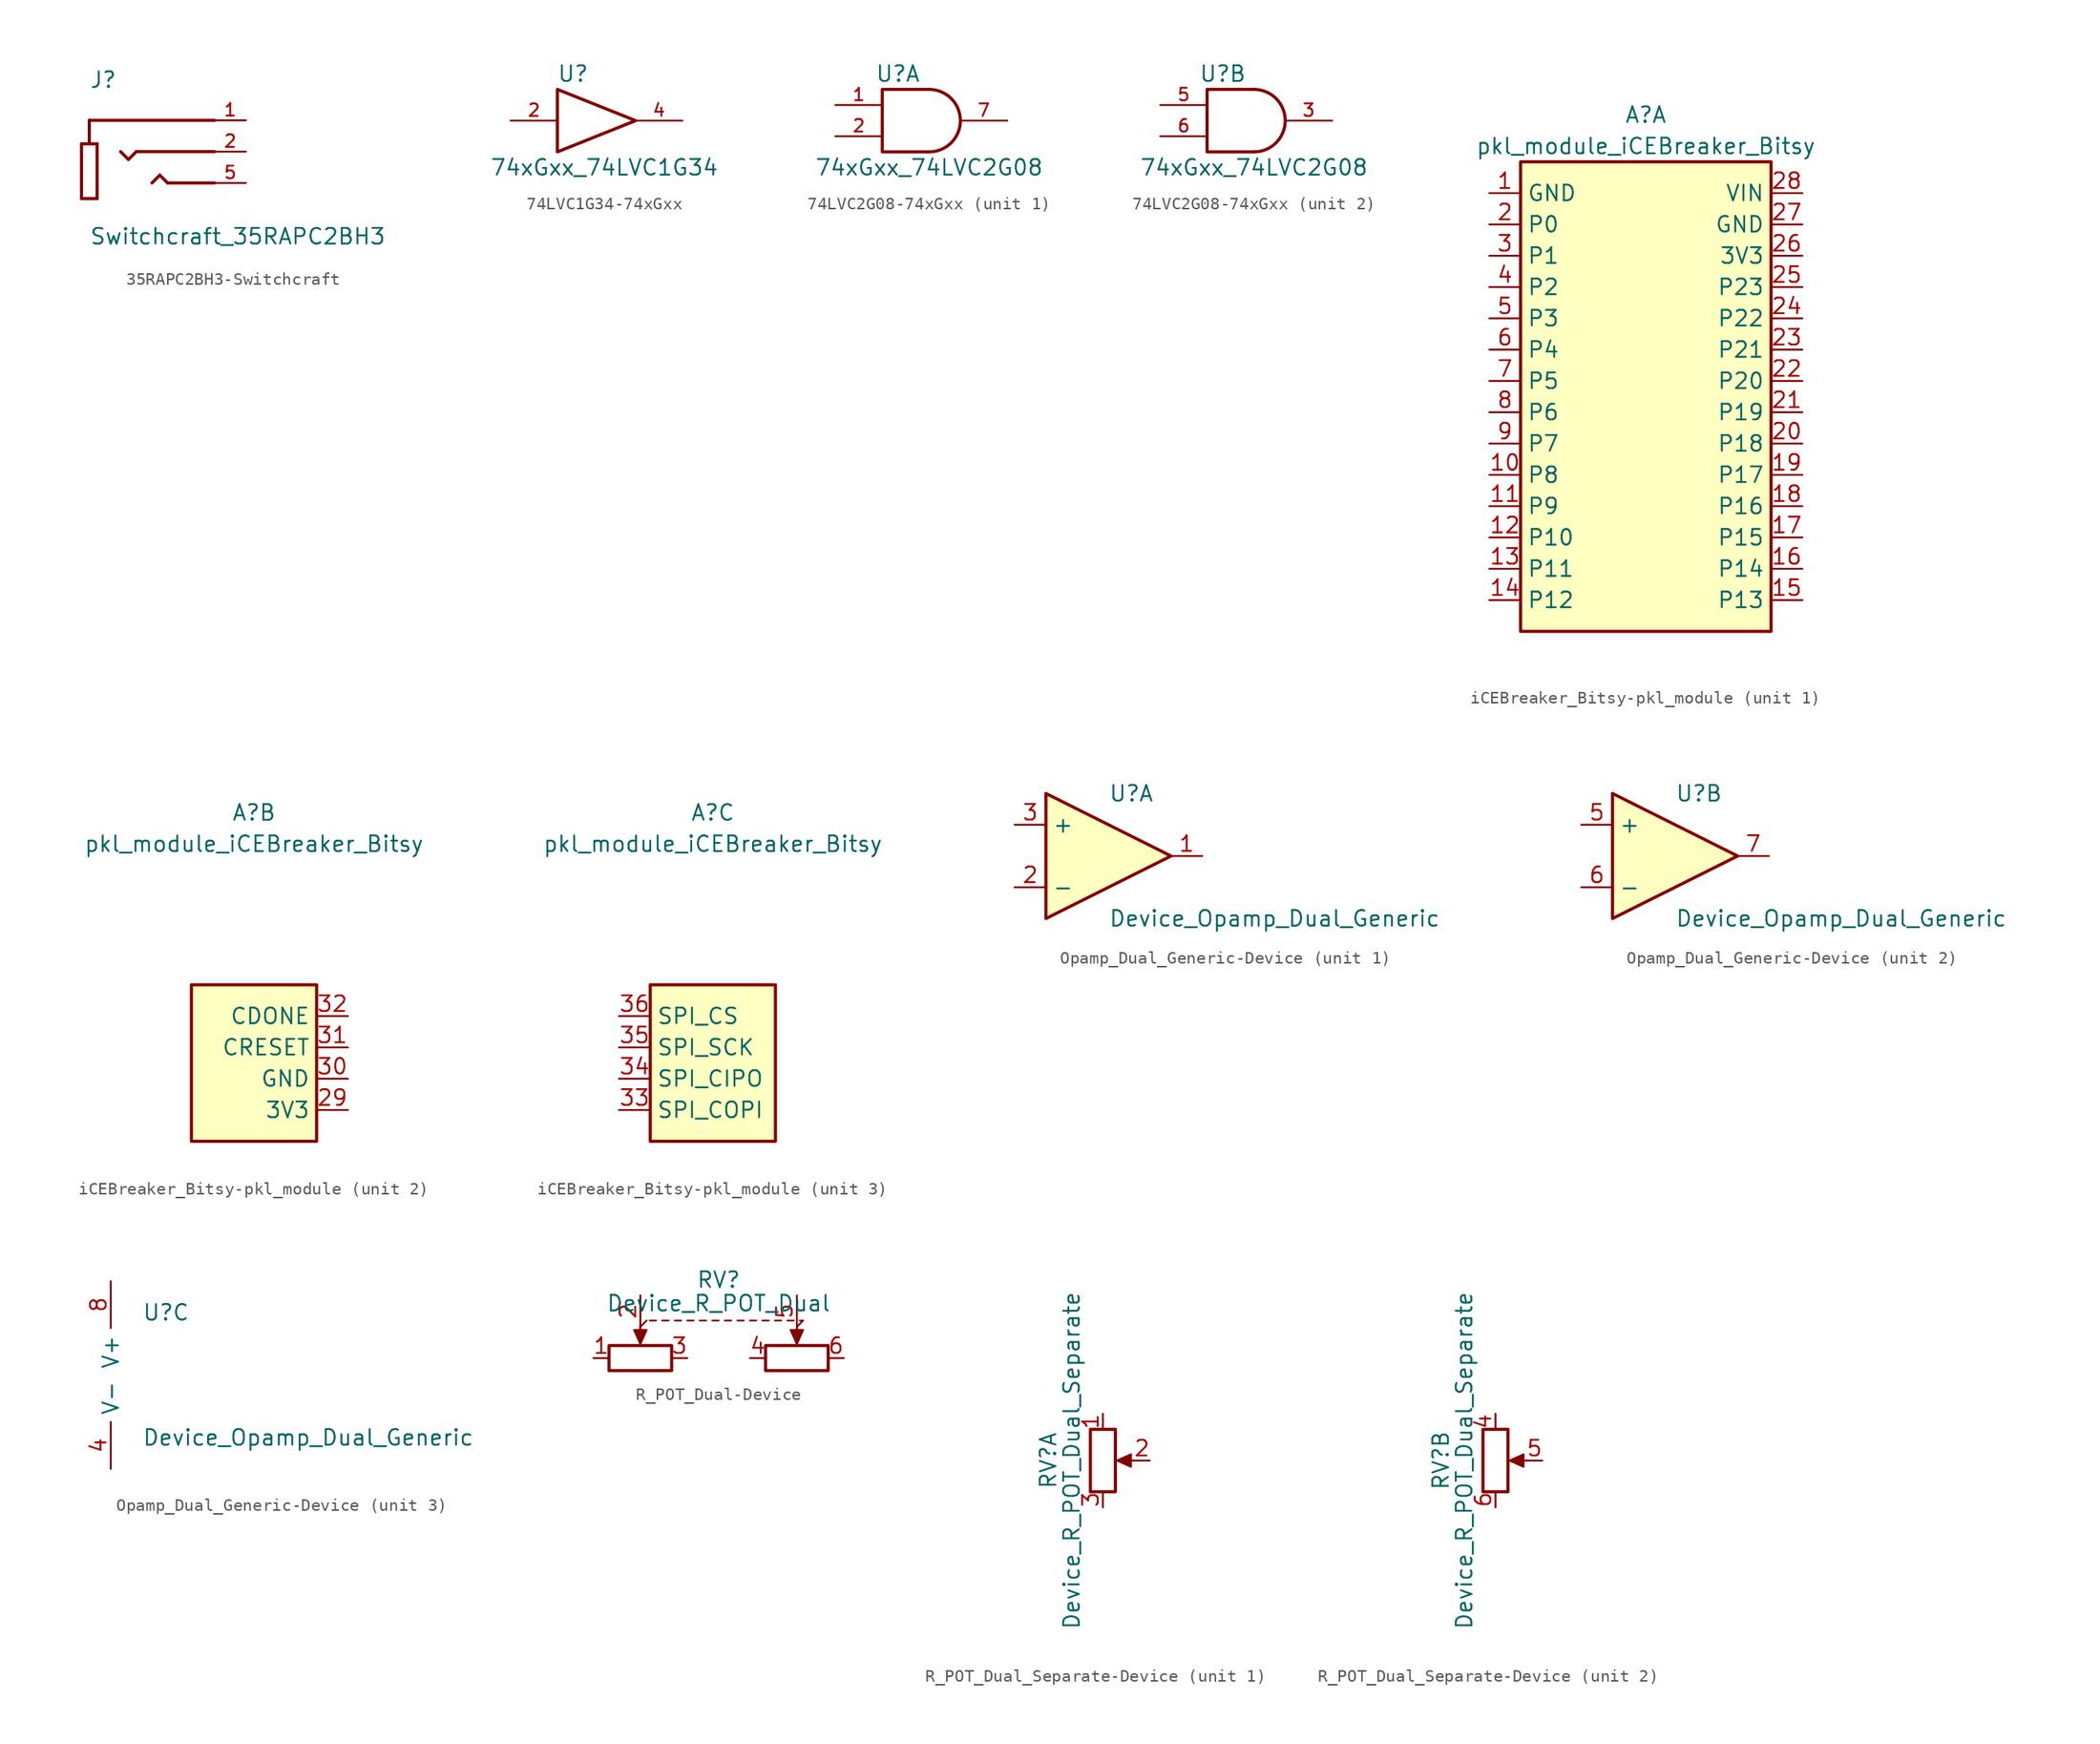
<source format=kicad_sym>
(kicad_symbol_lib
  (version 20220914)
  (generator kicad_symbol_editor)
  (symbol "35RAPC2BH3-Switchcraft"
    (pin_names
      (offset 1.016) hide)
    (property "Reference" "J"
      (at -5.08 2.54 0)
      (effects (font (size 1.27 1.27)) (justify left bottom)))
    (property "Value" "Switchcraft_35RAPC2BH3"
      (at -5.08 -10.16 0)
      (effects (font (size 1.27 1.27)) (justify left bottom)))
    (property "ki_locked" ""
      (at 0 0 0)
      (effects (font (size 1.27 1.27))))
    (symbol "35RAPC2BH3-Switchcraft_0_0"
      (polyline (pts (xy -5.715 -6.35) (xy -5.715 -1.905)) (stroke (width 0.254) (type solid)) (fill (type none)))
      (polyline (pts (xy -5.715 -1.905) (xy -5.08 -1.905)) (stroke (width 0.254) (type solid)) (fill (type none)))
      (polyline (pts (xy -5.08 -1.905) (xy -4.445 -1.905)) (stroke (width 0.254) (type solid)) (fill (type none)))
      (polyline (pts (xy -5.08 0) (xy -5.08 -1.905)) (stroke (width 0.254) (type solid)) (fill (type none)))
      (polyline (pts (xy -4.445 -6.35) (xy -5.715 -6.35)) (stroke (width 0.254) (type solid)) (fill (type none)))
      (polyline (pts (xy -4.445 -1.905) (xy -4.445 -6.35)) (stroke (width 0.254) (type solid)) (fill (type none)))
      (polyline (pts (xy -1.905 -3.175) (xy -2.54 -2.54)) (stroke (width 0.254) (type solid)) (fill (type none)))
      (polyline (pts (xy -1.27 -2.54) (xy -1.905 -3.175)) (stroke (width 0.254) (type solid)) (fill (type none)))
      (polyline (pts (xy 0.635 -4.445) (xy 0 -5.08)) (stroke (width 0.254) (type solid)) (fill (type none)))
      (polyline (pts (xy 1.27 -5.08) (xy 0.635 -4.445)) (stroke (width 0.254) (type solid)) (fill (type none)))
      (polyline (pts (xy 5.08 -5.08) (xy 1.27 -5.08)) (stroke (width 0.254) (type solid)) (fill (type none)))
      (polyline (pts (xy 5.08 -2.54) (xy -1.27 -2.54)) (stroke (width 0.254) (type solid)) (fill (type none)))
      (polyline (pts (xy 5.08 0) (xy -5.08 0)) (stroke (width 0.254) (type solid)) (fill (type none)))
      (pin passive line (at 7.62 0 180) (length 2.54) (name "~" (effects (font (size 1.016 1.016)))) (number "1" (effects (font (size 1.016 1.016)))))
      (pin passive line (at 7.62 -2.54 180) (length 2.54) (name "~" (effects (font (size 1.016 1.016)))) (number "2" (effects (font (size 1.016 1.016)))))
      (pin passive line (at 7.62 -5.08 180) (length 2.54) (name "~" (effects (font (size 1.016 1.016)))) (number "5" (effects (font (size 1.016 1.016)))))))
  (symbol "74LVC1G34-74xGxx"
    (pin_names
      (offset 1.016))
    (property "Reference" "U"
      (at -2.54 3.81 0)
      (effects (font (size 1.27 1.27))))
    (property "Value" "74xGxx_74LVC1G34"
      (at 0 -3.81 0)
      (effects (font (size 1.27 1.27))))
    (symbol "74LVC1G34-74xGxx_0_1"
      (polyline (pts (xy -3.81 2.54) (xy -3.81 -2.54) (xy 2.54 0) (xy -3.81 2.54)) (stroke (width 0.254) (type solid)) (fill (type none))))
    (symbol "74LVC1G34-74xGxx_1_1"
      (pin input line (at -7.62 0 0) (length 3.81) (name "~" (effects (font (size 1.016 1.016)))) (number "2" (effects (font (size 1.016 1.016)))))
      (pin power_in line (at 0 -2.54 270) (length 0) hide (name "GND" (effects (font (size 1.016 1.016)))) (number "3" (effects (font (size 1.016 1.016)))))
      (pin output line (at 6.35 0 180) (length 3.81) (name "~" (effects (font (size 1.016 1.016)))) (number "4" (effects (font (size 1.016 1.016)))))
      (pin power_in line (at 0 2.54 90) (length 0) hide (name "VCC" (effects (font (size 1.016 1.016)))) (number "5" (effects (font (size 1.016 1.016)))))))
  (symbol "74LVC2G08-74xGxx"
    (pin_names
      (offset 1.016))
    (property "Reference" "U"
      (at -2.54 3.81 0)
      (effects (font (size 1.27 1.27))))
    (property "Value" "74xGxx_74LVC2G08"
      (at 0 -3.81 0)
      (effects (font (size 1.27 1.27))))
    (symbol "74LVC2G08-74xGxx_0_1"
      (arc (start 0 -2.54) (mid 2.529 0) (end 0 2.54) (stroke (width 0.254) (type solid)) (fill (type none)))
      (polyline (pts (xy 0 -2.54) (xy -3.81 -2.54) (xy -3.81 2.54) (xy 0 2.54)) (stroke (width 0.254) (type solid)) (fill (type none)))
      (pin power_in line (at 0 -2.54 270) (length 0) hide (name "GND" (effects (font (size 1.016 1.016)))) (number "4" (effects (font (size 1.016 1.016)))))
      (pin power_in line (at 0 2.54 90) (length 0) hide (name "VCC" (effects (font (size 1.016 1.016)))) (number "8" (effects (font (size 1.016 1.016))))))
    (symbol "74LVC2G08-74xGxx_1_1"
      (pin input line (at -7.62 1.27 0) (length 3.81) (name "~" (effects (font (size 1.016 1.016)))) (number "1" (effects (font (size 1.016 1.016)))))
      (pin input line (at -7.62 -1.27 0) (length 3.81) (name "~" (effects (font (size 1.016 1.016)))) (number "2" (effects (font (size 1.016 1.016)))))
      (pin output line (at 6.35 0 180) (length 3.81) (name "~" (effects (font (size 1.016 1.016)))) (number "7" (effects (font (size 1.016 1.016))))))
    (symbol "74LVC2G08-74xGxx_2_1"
      (pin output line (at 6.35 0 180) (length 3.81) (name "~" (effects (font (size 1.016 1.016)))) (number "3" (effects (font (size 1.016 1.016)))))
      (pin input line (at -7.62 1.27 0) (length 3.81) (name "~" (effects (font (size 1.016 1.016)))) (number "5" (effects (font (size 1.016 1.016)))))
      (pin input line (at -7.62 -1.27 0) (length 3.81) (name "~" (effects (font (size 1.016 1.016)))) (number "6" (effects (font (size 1.016 1.016)))))))
  (symbol "iCEBreaker_Bitsy-pkl_module"
    (property "Reference" "A"
      (at 0 21.59 0)
      (effects (font (size 1.27 1.27))))
    (property "Value" "pkl_module_iCEBreaker_Bitsy"
      (at 0 19.05 0)
      (effects (font (size 1.27 1.27))))
    (property "ki_locked" ""
      (at 0 0 0)
      (effects (font (size 1.27 1.27))))
    (symbol "iCEBreaker_Bitsy-pkl_module_1_1"
      (rectangle (start -10.16 17.78) (end 10.16 -20.32) (stroke (width 0.254) (type solid)) (fill (type background)))
      (pin power_out line (at -12.7 15.24 0) (length 2.54) (name "GND" (effects (font (size 1.27 1.27)))) (number "1" (effects (font (size 1.27 1.27)))))
      (pin bidirectional line (at -12.7 -7.62 0) (length 2.54) (name "P8" (effects (font (size 1.27 1.27)))) (number "10" (effects (font (size 1.27 1.27)))))
      (pin bidirectional line (at -12.7 -10.16 0) (length 2.54) (name "P9" (effects (font (size 1.27 1.27)))) (number "11" (effects (font (size 1.27 1.27)))))
      (pin bidirectional line (at -12.7 -12.7 0) (length 2.54) (name "P10" (effects (font (size 1.27 1.27)))) (number "12" (effects (font (size 1.27 1.27)))))
      (pin bidirectional line (at -12.7 -15.24 0) (length 2.54) (name "P11" (effects (font (size 1.27 1.27)))) (number "13" (effects (font (size 1.27 1.27)))))
      (pin bidirectional line (at -12.7 -17.78 0) (length 2.54) (name "P12" (effects (font (size 1.27 1.27)))) (number "14" (effects (font (size 1.27 1.27)))))
      (pin bidirectional line (at 12.7 -17.78 180) (length 2.54) (name "P13" (effects (font (size 1.27 1.27)))) (number "15" (effects (font (size 1.27 1.27)))))
      (pin bidirectional line (at 12.7 -15.24 180) (length 2.54) (name "P14" (effects (font (size 1.27 1.27)))) (number "16" (effects (font (size 1.27 1.27)))))
      (pin bidirectional line (at 12.7 -12.7 180) (length 2.54) (name "P15" (effects (font (size 1.27 1.27)))) (number "17" (effects (font (size 1.27 1.27)))))
      (pin bidirectional line (at 12.7 -10.16 180) (length 2.54) (name "P16" (effects (font (size 1.27 1.27)))) (number "18" (effects (font (size 1.27 1.27)))))
      (pin bidirectional line (at 12.7 -7.62 180) (length 2.54) (name "P17" (effects (font (size 1.27 1.27)))) (number "19" (effects (font (size 1.27 1.27)))))
      (pin bidirectional line (at -12.7 12.7 0) (length 2.54) (name "P0" (effects (font (size 1.27 1.27)))) (number "2" (effects (font (size 1.27 1.27)))))
      (pin bidirectional line (at 12.7 -5.08 180) (length 2.54) (name "P18" (effects (font (size 1.27 1.27)))) (number "20" (effects (font (size 1.27 1.27)))))
      (pin bidirectional line (at 12.7 -2.54 180) (length 2.54) (name "P19" (effects (font (size 1.27 1.27)))) (number "21" (effects (font (size 1.27 1.27)))))
      (pin bidirectional line (at 12.7 0 180) (length 2.54) (name "P20" (effects (font (size 1.27 1.27)))) (number "22" (effects (font (size 1.27 1.27)))))
      (pin bidirectional line (at 12.7 2.54 180) (length 2.54) (name "P21" (effects (font (size 1.27 1.27)))) (number "23" (effects (font (size 1.27 1.27)))))
      (pin bidirectional line (at 12.7 5.08 180) (length 2.54) (name "P22" (effects (font (size 1.27 1.27)))) (number "24" (effects (font (size 1.27 1.27)))))
      (pin bidirectional line (at 12.7 7.62 180) (length 2.54) (name "P23" (effects (font (size 1.27 1.27)))) (number "25" (effects (font (size 1.27 1.27)))))
      (pin power_out line (at 12.7 10.16 180) (length 2.54) (name "3V3" (effects (font (size 1.27 1.27)))) (number "26" (effects (font (size 1.27 1.27)))))
      (pin power_out line (at 12.7 12.7 180) (length 2.54) (name "GND" (effects (font (size 1.27 1.27)))) (number "27" (effects (font (size 1.27 1.27)))))
      (pin power_in line (at 12.7 15.24 180) (length 2.54) (name "VIN" (effects (font (size 1.27 1.27)))) (number "28" (effects (font (size 1.27 1.27)))))
      (pin bidirectional line (at -12.7 10.16 0) (length 2.54) (name "P1" (effects (font (size 1.27 1.27)))) (number "3" (effects (font (size 1.27 1.27)))))
      (pin bidirectional line (at -12.7 7.62 0) (length 2.54) (name "P2" (effects (font (size 1.27 1.27)))) (number "4" (effects (font (size 1.27 1.27)))))
      (pin bidirectional line (at -12.7 5.08 0) (length 2.54) (name "P3" (effects (font (size 1.27 1.27)))) (number "5" (effects (font (size 1.27 1.27)))))
      (pin bidirectional line (at -12.7 2.54 0) (length 2.54) (name "P4" (effects (font (size 1.27 1.27)))) (number "6" (effects (font (size 1.27 1.27)))))
      (pin bidirectional line (at -12.7 0 0) (length 2.54) (name "P5" (effects (font (size 1.27 1.27)))) (number "7" (effects (font (size 1.27 1.27)))))
      (pin bidirectional line (at -12.7 -2.54 0) (length 2.54) (name "P6" (effects (font (size 1.27 1.27)))) (number "8" (effects (font (size 1.27 1.27)))))
      (pin bidirectional line (at -12.7 -5.08 0) (length 2.54) (name "P7" (effects (font (size 1.27 1.27)))) (number "9" (effects (font (size 1.27 1.27))))))
    (symbol "iCEBreaker_Bitsy-pkl_module_2_1"
      (rectangle (start -5.08 7.62) (end 5.08 -5.08) (stroke (width 0.254) (type solid)) (fill (type background)))
      (pin power_out line (at 7.62 -2.54 180) (length 2.54) (name "3V3" (effects (font (size 1.27 1.27)))) (number "29" (effects (font (size 1.27 1.27)))))
      (pin power_out line (at 7.62 0 180) (length 2.54) (name "GND" (effects (font (size 1.27 1.27)))) (number "30" (effects (font (size 1.27 1.27)))))
      (pin input line (at 7.62 2.54 180) (length 2.54) (name "CRESET" (effects (font (size 1.27 1.27)))) (number "31" (effects (font (size 1.27 1.27)))))
      (pin output line (at 7.62 5.08 180) (length 2.54) (name "CDONE" (effects (font (size 1.27 1.27)))) (number "32" (effects (font (size 1.27 1.27))))))
    (symbol "iCEBreaker_Bitsy-pkl_module_3_1"
      (rectangle (start -5.08 7.62) (end 5.08 -5.08) (stroke (width 0.254) (type solid)) (fill (type background)))
      (pin bidirectional line (at -7.62 -2.54 0) (length 2.54) (name "SPI_COPI" (effects (font (size 1.27 1.27)))) (number "33" (effects (font (size 1.27 1.27)))))
      (pin bidirectional line (at -7.62 0 0) (length 2.54) (name "SPI_CIPO" (effects (font (size 1.27 1.27)))) (number "34" (effects (font (size 1.27 1.27)))))
      (pin bidirectional line (at -7.62 2.54 0) (length 2.54) (name "SPI_SCK" (effects (font (size 1.27 1.27)))) (number "35" (effects (font (size 1.27 1.27)))))
      (pin bidirectional line (at -7.62 5.08 0) (length 2.54) (name "SPI_CS" (effects (font (size 1.27 1.27)))) (number "36" (effects (font (size 1.27 1.27)))))))
  (symbol "Opamp_Dual_Generic-Device"
    (property "Reference" "U"
      (at 0 5.08 0)
      (effects (font (size 1.27 1.27)) (justify left)))
    (property "Value" "Device_Opamp_Dual_Generic"
      (at 0 -5.08 0)
      (effects (font (size 1.27 1.27)) (justify left)))
    (property "ki_locked" ""
      (at 0 0 0)
      (effects (font (size 1.27 1.27))))
    (symbol "Opamp_Dual_Generic-Device_1_1"
      (polyline (pts (xy -5.08 5.08) (xy 5.08 0) (xy -5.08 -5.08) (xy -5.08 5.08)) (stroke (width 0.254) (type solid)) (fill (type background)))
      (pin output line (at 7.62 0 180) (length 2.54) (name "~" (effects (font (size 1.27 1.27)))) (number "1" (effects (font (size 1.27 1.27)))))
      (pin input line (at -7.62 -2.54 0) (length 2.54) (name "-" (effects (font (size 1.27 1.27)))) (number "2" (effects (font (size 1.27 1.27)))))
      (pin input line (at -7.62 2.54 0) (length 2.54) (name "+" (effects (font (size 1.27 1.27)))) (number "3" (effects (font (size 1.27 1.27))))))
    (symbol "Opamp_Dual_Generic-Device_2_1"
      (polyline (pts (xy -5.08 5.08) (xy 5.08 0) (xy -5.08 -5.08) (xy -5.08 5.08)) (stroke (width 0.254) (type solid)) (fill (type background)))
      (pin input line (at -7.62 2.54 0) (length 2.54) (name "+" (effects (font (size 1.27 1.27)))) (number "5" (effects (font (size 1.27 1.27)))))
      (pin input line (at -7.62 -2.54 0) (length 2.54) (name "-" (effects (font (size 1.27 1.27)))) (number "6" (effects (font (size 1.27 1.27)))))
      (pin output line (at 7.62 0 180) (length 2.54) (name "~" (effects (font (size 1.27 1.27)))) (number "7" (effects (font (size 1.27 1.27))))))
    (symbol "Opamp_Dual_Generic-Device_3_1"
      (pin power_in line (at -2.54 -7.62 90) (length 3.81) (name "V-" (effects (font (size 1.27 1.27)))) (number "4" (effects (font (size 1.27 1.27)))))
      (pin power_in line (at -2.54 7.62 270) (length 3.81) (name "V+" (effects (font (size 1.27 1.27)))) (number "8" (effects (font (size 1.27 1.27)))))))
  (symbol "R_POT_Dual-Device"
    (pin_names
      (offset 1.016) hide)
    (property "Reference" "RV"
      (at 0 3.81 0)
      (effects (font (size 1.27 1.27))))
    (property "Value" "Device_R_POT_Dual"
      (at 0 1.905 0)
      (effects (font (size 1.27 1.27))))
    (symbol "R_POT_Dual-Device_0_1"
      (rectangle (start -8.89 -1.524) (end -3.81 -3.556) (stroke (width 0.254) (type solid)) (fill (type none)))
      (polyline (pts (xy -6.35 0) (xy -6.35 -1.016)) (stroke (width 0) (type solid)) (fill (type none)))
      (polyline (pts (xy -6.35 0) (xy -6.35 -1.016)) (stroke (width 0) (type solid)) (fill (type none)))
      (polyline (pts (xy -6.35 0) (xy -5.842 0.508)) (stroke (width 0) (type solid)) (fill (type none)))
      (polyline (pts (xy -5.588 0.508) (xy -5.08 0.508)) (stroke (width 0) (type solid)) (fill (type none)))
      (polyline (pts (xy -4.572 0.508) (xy -4.064 0.508)) (stroke (width 0) (type solid)) (fill (type none)))
      (polyline (pts (xy -3.556 0.508) (xy -3.048 0.508)) (stroke (width 0) (type solid)) (fill (type none)))
      (polyline (pts (xy -2.54 0.508) (xy -2.032 0.508)) (stroke (width 0) (type solid)) (fill (type none)))
      (polyline (pts (xy -1.524 0.508) (xy -1.016 0.508)) (stroke (width 0) (type solid)) (fill (type none)))
      (polyline (pts (xy -0.508 0.508) (xy 0 0.508)) (stroke (width 0) (type solid)) (fill (type none)))
      (polyline (pts (xy 0.508 0.508) (xy 1.016 0.508)) (stroke (width 0) (type solid)) (fill (type none)))
      (polyline (pts (xy 1.524 0.508) (xy 2.032 0.508)) (stroke (width 0) (type solid)) (fill (type none)))
      (polyline (pts (xy 2.54 0.508) (xy 3.048 0.508)) (stroke (width 0) (type solid)) (fill (type none)))
      (polyline (pts (xy 3.556 0.508) (xy 4.064 0.508)) (stroke (width 0) (type solid)) (fill (type none)))
      (polyline (pts (xy 4.572 0.508) (xy 5.08 0.508)) (stroke (width 0) (type solid)) (fill (type none)))
      (polyline (pts (xy 5.588 0.508) (xy 6.096 0.508)) (stroke (width 0) (type solid)) (fill (type none)))
      (polyline (pts (xy 6.35 0) (xy 6.35 -1.016)) (stroke (width 0) (type solid)) (fill (type none)))
      (polyline (pts (xy 6.35 0) (xy 6.35 -1.016)) (stroke (width 0) (type solid)) (fill (type none)))
      (polyline (pts (xy 6.604 0.508) (xy 6.858 0.508) (xy 6.35 0)) (stroke (width 0) (type solid)) (fill (type none)))
      (polyline (pts (xy -6.35 -1.397) (xy -6.858 -0.254) (xy -5.842 -0.254) (xy -6.35 -1.397)) (stroke (width 0) (type solid)) (fill (type outline)))
      (polyline (pts (xy 6.35 -1.397) (xy 5.842 -0.254) (xy 6.858 -0.254) (xy 6.35 -1.397)) (stroke (width 0) (type solid)) (fill (type outline)))
      (rectangle (start 3.81 -1.524) (end 8.89 -3.556) (stroke (width 0.254) (type solid)) (fill (type none))))
    (symbol "R_POT_Dual-Device_1_1"
      (pin passive line (at -10.16 -2.54 0) (length 1.27) (name "1" (effects (font (size 1.27 1.27)))) (number "1" (effects (font (size 1.27 1.27)))))
      (pin passive line (at -6.35 2.54 270) (length 2.54) (name "2" (effects (font (size 1.27 1.27)))) (number "2" (effects (font (size 1.27 1.27)))))
      (pin passive line (at -2.54 -2.54 180) (length 1.27) (name "3" (effects (font (size 1.27 1.27)))) (number "3" (effects (font (size 1.27 1.27)))))
      (pin passive line (at 2.54 -2.54 0) (length 1.27) (name "4" (effects (font (size 1.27 1.27)))) (number "4" (effects (font (size 1.27 1.27)))))
      (pin passive line (at 6.35 2.54 270) (length 2.54) (name "5" (effects (font (size 1.27 1.27)))) (number "5" (effects (font (size 1.27 1.27)))))
      (pin passive line (at 10.16 -2.54 180) (length 1.27) (name "6" (effects (font (size 1.27 1.27)))) (number "6" (effects (font (size 1.27 1.27)))))))
  (symbol "R_POT_Dual_Separate-Device"
    (pin_names
      (offset 1.016) hide)
    (property "Reference" "RV"
      (at -4.445 0 90)
      (effects (font (size 1.27 1.27))))
    (property "Value" "Device_R_POT_Dual_Separate"
      (at -2.54 0 90)
      (effects (font (size 1.27 1.27))))
    (symbol "R_POT_Dual_Separate-Device_0_1"
      (polyline (pts (xy 2.54 0) (xy 1.524 0)) (stroke (width 0) (type solid)) (fill (type none)))
      (polyline (pts (xy 1.143 0) (xy 2.286 0.508) (xy 2.286 -0.508) (xy 1.143 0)) (stroke (width 0) (type solid)) (fill (type outline)))
      (rectangle (start 1.016 2.54) (end -1.016 -2.54) (stroke (width 0.254) (type solid)) (fill (type none))))
    (symbol "R_POT_Dual_Separate-Device_1_1"
      (pin passive line (at 0 3.81 270) (length 1.27) (name "1" (effects (font (size 1.27 1.27)))) (number "1" (effects (font (size 1.27 1.27)))))
      (pin passive line (at 3.81 0 180) (length 1.27) (name "2" (effects (font (size 1.27 1.27)))) (number "2" (effects (font (size 1.27 1.27)))))
      (pin passive line (at 0 -3.81 90) (length 1.27) (name "3" (effects (font (size 1.27 1.27)))) (number "3" (effects (font (size 1.27 1.27))))))
    (symbol "R_POT_Dual_Separate-Device_2_1"
      (pin passive line (at 0 3.81 270) (length 1.27) (name "4" (effects (font (size 1.27 1.27)))) (number "4" (effects (font (size 1.27 1.27)))))
      (pin passive line (at 3.81 0 180) (length 1.27) (name "5" (effects (font (size 1.27 1.27)))) (number "5" (effects (font (size 1.27 1.27)))))
      (pin passive line (at 0 -3.81 90) (length 1.27) (name "6" (effects (font (size 1.27 1.27)))) (number "6" (effects (font (size 1.27 1.27))))))))
</source>
